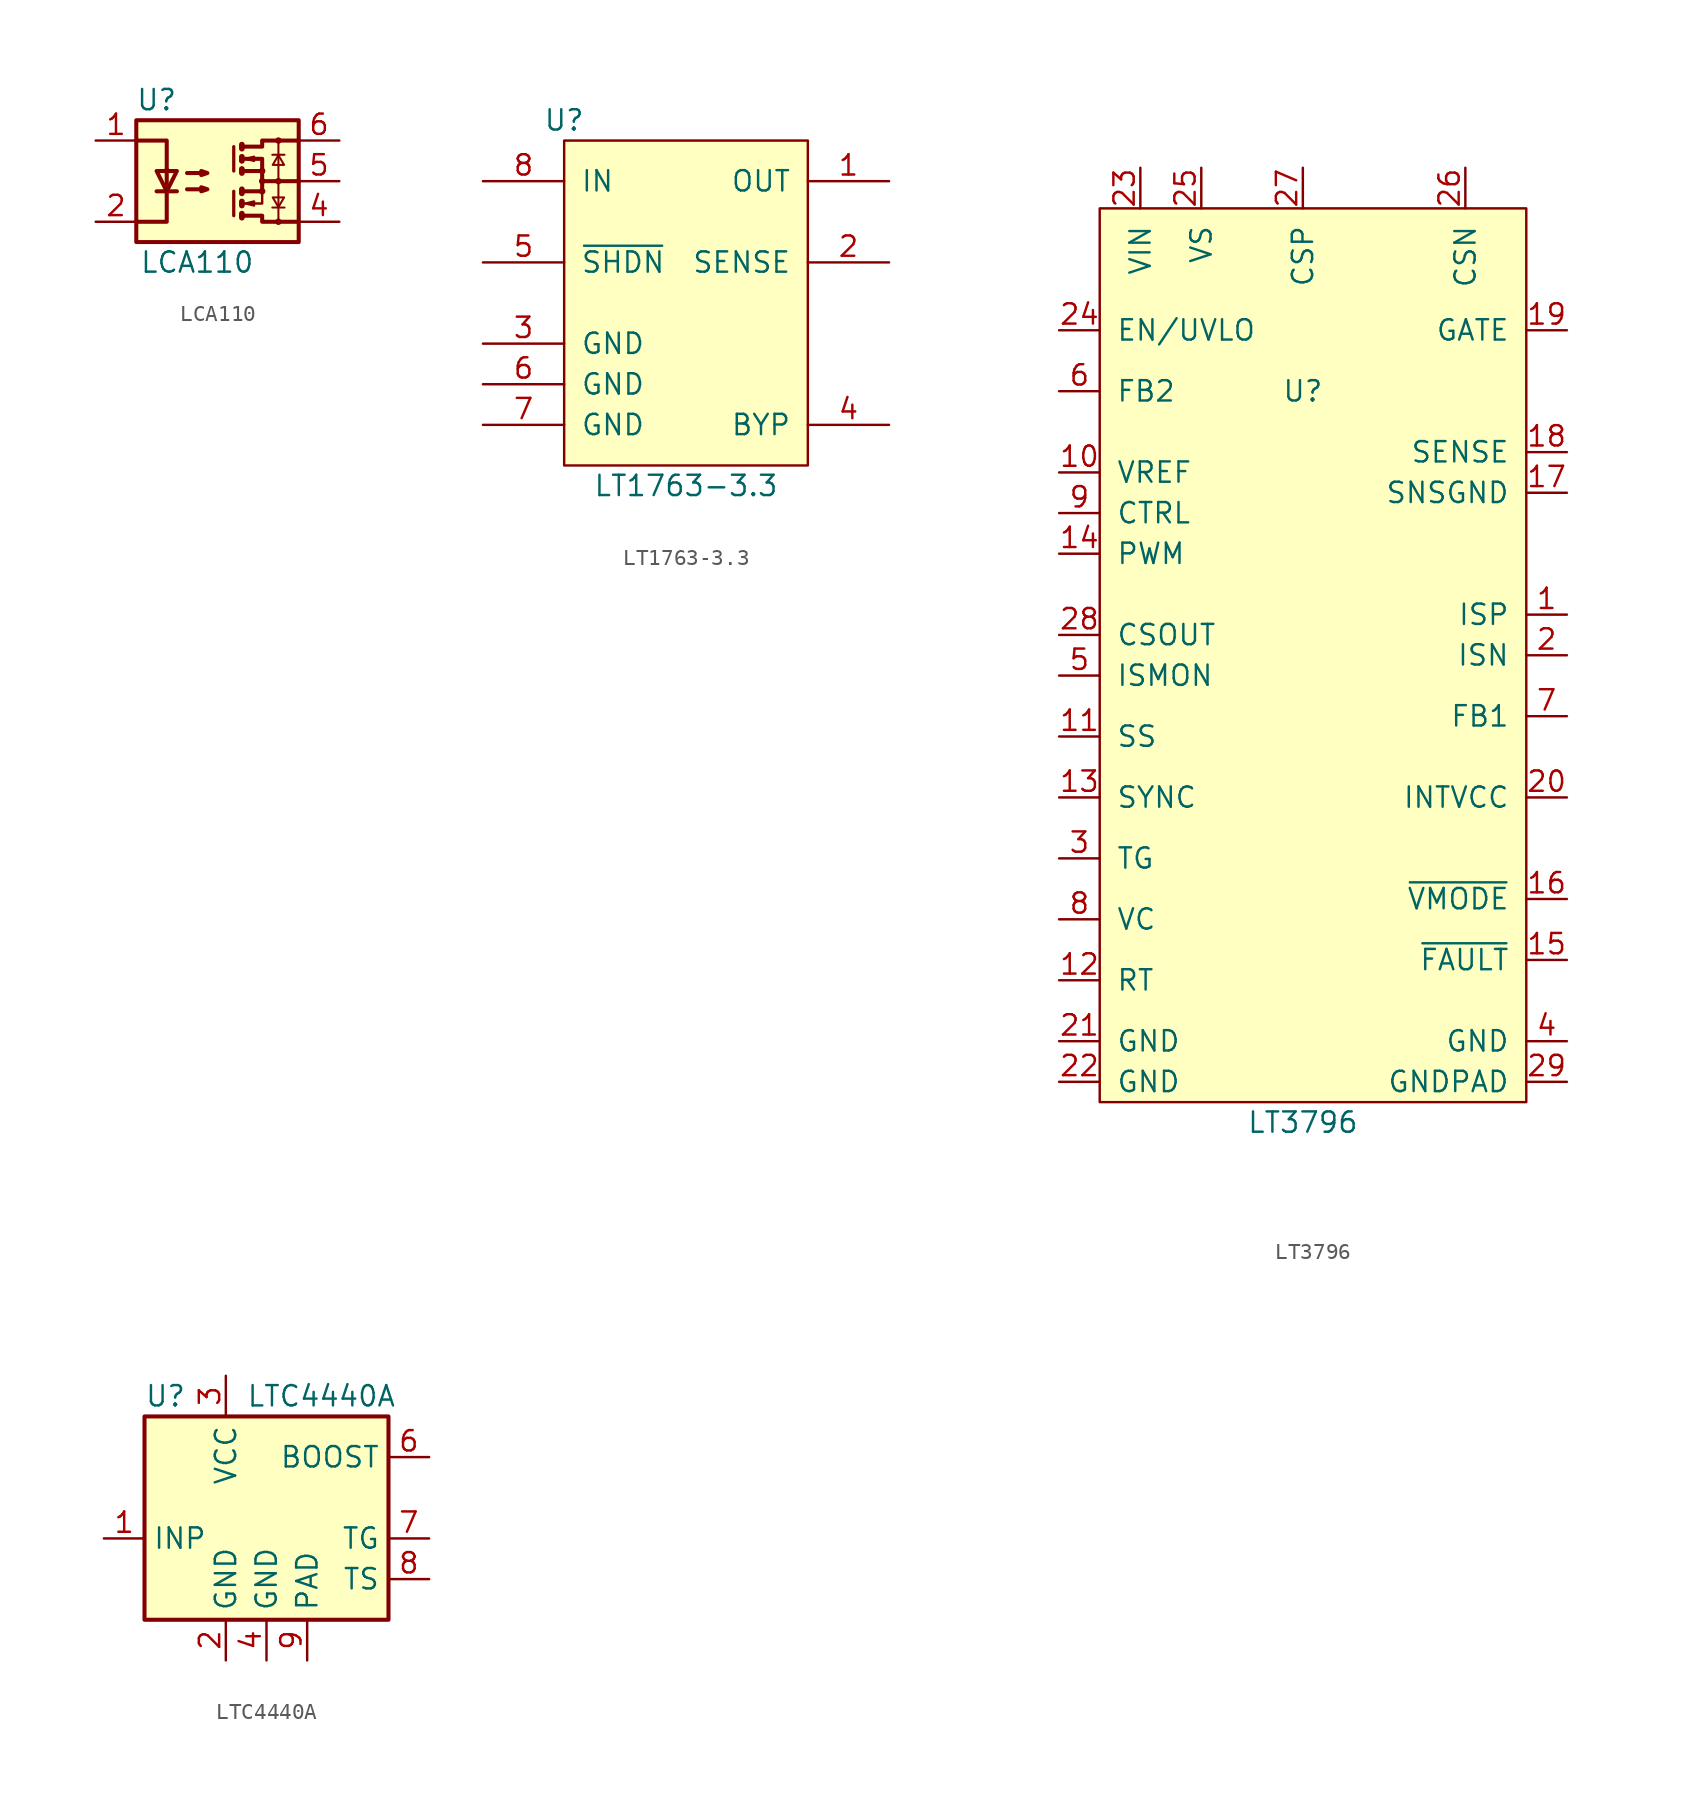
<source format=kicad_sym>
(kicad_symbol_lib
  (version 20211014)
  (generator kicad_symbol_editor)
  (symbol "LCA110"
    (pin_names
      (offset 1.016))
    (property "Reference" "U"
      (at -3.81 5.08 0)
      (effects (font (size 1.27 1.27))))
    (property "Value" "LCA110"
      (at -1.27 -5.08 0)
      (effects (font (size 1.27 1.27))))
    (symbol "LCA110_0_1"
      (rectangle (start -5.08 3.81) (end 5.08 -3.81) (stroke (width 0.254) (type default) (color 0 0 0 0)) (fill (type background)))
      (polyline (pts (xy -3.81 -0.635) (xy -2.54 -0.635)) (stroke (width 0.254) (type default) (color 0 0 0 0)) (fill (type none)))
      (polyline (pts (xy -3.175 -0.635) (xy -3.175 0.762)) (stroke (width 0.254) (type default) (color 0 0 0 0)) (fill (type none)))
      (polyline (pts (xy 1.016 -0.635) (xy 1.016 -2.159)) (stroke (width 0.203) (type default) (color 0 0 0 0)) (fill (type none)))
      (polyline (pts (xy 1.016 2.159) (xy 1.016 0.635)) (stroke (width 0.203) (type default) (color 0 0 0 0)) (fill (type none)))
      (polyline (pts (xy 1.524 -0.508) (xy 1.524 -0.762)) (stroke (width 0.356) (type default) (color 0 0 0 0)) (fill (type none)))
      (polyline (pts (xy 5.105 0) (xy 3.835 0)) (stroke (width 0.254) (type default) (color 0 0 0 0)) (fill (type none)))
      (polyline (pts (xy -5.08 2.54) (xy -3.175 2.54) (xy -3.175 0.635)) (stroke (width 0.254) (type default) (color 0 0 0 0)) (fill (type none)))
      (polyline (pts (xy -3.175 -0.635) (xy -3.175 -2.54) (xy -5.08 -2.54)) (stroke (width 0.254) (type default) (color 0 0 0 0)) (fill (type none)))
      (polyline (pts (xy 1.524 -2.032) (xy 1.524 -2.286) (xy 1.524 -2.286)) (stroke (width 0.356) (type default) (color 0 0 0 0)) (fill (type none)))
      (polyline (pts (xy 1.524 -1.27) (xy 1.524 -1.524) (xy 1.524 -1.524)) (stroke (width 0.356) (type default) (color 0 0 0 0)) (fill (type none)))
      (polyline (pts (xy 1.524 0.762) (xy 1.524 0.508) (xy 1.524 0.508)) (stroke (width 0.356) (type default) (color 0 0 0 0)) (fill (type none)))
      (polyline (pts (xy 1.524 1.524) (xy 1.524 1.27) (xy 1.524 1.27)) (stroke (width 0.356) (type default) (color 0 0 0 0)) (fill (type none)))
      (polyline (pts (xy 1.524 2.286) (xy 1.524 2.032) (xy 1.524 2.032)) (stroke (width 0.356) (type default) (color 0 0 0 0)) (fill (type none)))
      (polyline (pts (xy 1.651 -1.397) (xy 2.794 -1.397) (xy 2.794 -0.635)) (stroke (width 0) (type default) (color 0 0 0 0)) (fill (type none)))
      (polyline (pts (xy 1.651 1.397) (xy 2.794 1.397) (xy 2.794 0.635)) (stroke (width 0.254) (type default) (color 0 0 0 0)) (fill (type none)))
      (polyline (pts (xy -3.175 -0.635) (xy -2.54 0.635) (xy -3.81 0.635) (xy -3.175 -0.635)) (stroke (width 0.254) (type default) (color 0 0 0 0)) (fill (type none)))
      (polyline (pts (xy 1.651 -2.159) (xy 2.794 -2.159) (xy 2.794 -2.54) (xy 5.08 -2.54)) (stroke (width 0.254) (type default) (color 0 0 0 0)) (fill (type none)))
      (polyline (pts (xy 1.651 -0.635) (xy 2.794 -0.635) (xy 2.794 0.635) (xy 1.651 0.635)) (stroke (width 0.254) (type default) (color 0 0 0 0)) (fill (type none)))
      (polyline (pts (xy 1.651 2.159) (xy 2.794 2.159) (xy 2.794 2.54) (xy 5.08 2.54)) (stroke (width 0.254) (type default) (color 0 0 0 0)) (fill (type none)))
      (polyline (pts (xy 1.778 -1.397) (xy 2.286 -1.27) (xy 2.286 -1.524) (xy 1.778 -1.397)) (stroke (width 0) (type default) (color 0 0 0 0)) (fill (type none)))
      (polyline (pts (xy 1.778 1.397) (xy 2.286 1.524) (xy 2.286 1.27) (xy 1.778 1.397)) (stroke (width 0) (type default) (color 0 0 0 0)) (fill (type none)))
      (polyline (pts (xy -1.905 -0.508) (xy -0.635 -0.508) (xy -1.016 -0.635) (xy -1.016 -0.381) (xy -0.635 -0.508)) (stroke (width 0.254) (type default) (color 0 0 0 0)) (fill (type none)))
      (polyline (pts (xy -1.905 0.508) (xy -0.635 0.508) (xy -1.016 0.381) (xy -1.016 0.635) (xy -0.635 0.508)) (stroke (width 0.254) (type default) (color 0 0 0 0)) (fill (type none)))
      (circle (center 2.794 -0.635) (radius 0.127) (stroke (width 0) (type default) (color 0 0 0 0)) (fill (type none)))
      (circle (center 2.794 0) (radius 0.127) (stroke (width 0) (type default) (color 0 0 0 0)) (fill (type none)))
      (circle (center 2.794 0.635) (radius 0.127) (stroke (width 0) (type default) (color 0 0 0 0)) (fill (type none)))
      (circle (center 3.81 -2.54) (radius 0.127) (stroke (width 0) (type default) (color 0 0 0 0)) (fill (type none)))
      (circle (center 3.81 2.54) (radius 0.127) (stroke (width 0) (type default) (color 0 0 0 0)) (fill (type none))))
    (symbol "LCA110_1_1"
      (polyline (pts (xy 2.794 0) (xy 3.81 0)) (stroke (width 0.254) (type default) (color 0 0 0 0)) (fill (type none)))
      (polyline (pts (xy 3.429 -1.651) (xy 4.191 -1.651)) (stroke (width 0.127) (type default) (color 0 0 0 0)) (fill (type none)))
      (polyline (pts (xy 3.429 1.651) (xy 4.191 1.651)) (stroke (width 0.127) (type default) (color 0 0 0 0)) (fill (type none)))
      (polyline (pts (xy 3.81 0) (xy 3.81 -2.54)) (stroke (width 0.127) (type default) (color 0 0 0 0)) (fill (type none)))
      (polyline (pts (xy 3.81 0) (xy 3.81 2.54)) (stroke (width 0.127) (type default) (color 0 0 0 0)) (fill (type none)))
      (polyline (pts (xy 3.81 -1.626) (xy 3.454 -1.016) (xy 4.166 -1.016) (xy 3.81 -1.626)) (stroke (width 0.127) (type default) (color 0 0 0 0)) (fill (type none)))
      (polyline (pts (xy 3.81 1.626) (xy 3.454 1.016) (xy 4.166 1.016) (xy 3.81 1.626)) (stroke (width 0.127) (type default) (color 0 0 0 0)) (fill (type none)))
      (circle (center 3.81 0) (radius 0.127) (stroke (width 0) (type default) (color 0 0 0 0)) (fill (type none)))
      (pin passive line (at -7.62 2.54 0) (length 2.54) (name "~" (effects (font (size 1.27 1.27)))) (number "1" (effects (font (size 1.27 1.27)))))
      (pin passive line (at -7.62 -2.54 0) (length 2.54) (name "~" (effects (font (size 1.27 1.27)))) (number "2" (effects (font (size 1.27 1.27)))))
      (pin no_connect line (at -5.08 0 0) (length 2.54) hide (name "~" (effects (font (size 1.27 1.27)))) (number "3" (effects (font (size 1.27 1.27)))))
      (pin passive line (at 7.62 -2.54 180) (length 2.54) (name "~" (effects (font (size 1.27 1.27)))) (number "4" (effects (font (size 1.27 1.27)))))
      (pin passive line (at 7.62 0 180) (length 2.54) (name "~" (effects (font (size 1.27 1.27)))) (number "5" (effects (font (size 1.27 1.27)))))
      (pin passive line (at 7.62 2.54 180) (length 2.54) (name "~" (effects (font (size 1.27 1.27)))) (number "6" (effects (font (size 1.27 1.27)))))))
  (symbol "LT1763-3.3"
    (pin_names
      (offset 1.016))
    (property "Reference" "U"
      (at 5.08 19.05 0)
      (effects (font (size 1.27 1.27))))
    (property "Value" "LT1763-3.3"
      (at 12.7 -3.81 0)
      (effects (font (size 1.27 1.27))))
    (symbol "LT1763-3.3_0_1"
      (rectangle (start 5.08 17.78) (end 20.32 -2.54) (stroke (width 0) (type default) (color 0 0 0 0)) (fill (type background))))
    (symbol "LT1763-3.3_1_1"
      (pin passive line (at 25.4 15.24 180) (length 5.08) (name "OUT" (effects (font (size 1.27 1.27)))) (number "1" (effects (font (size 1.27 1.27)))))
      (pin passive line (at 25.4 10.16 180) (length 5.08) (name "SENSE" (effects (font (size 1.27 1.27)))) (number "2" (effects (font (size 1.27 1.27)))))
      (pin passive line (at 0 5.08 0) (length 5.08) (name "GND" (effects (font (size 1.27 1.27)))) (number "3" (effects (font (size 1.27 1.27)))))
      (pin passive line (at 25.4 0 180) (length 5.08) (name "BYP" (effects (font (size 1.27 1.27)))) (number "4" (effects (font (size 1.27 1.27)))))
      (pin passive line (at 0 10.16 0) (length 5.08) (name "~{SHDN}" (effects (font (size 1.27 1.27)))) (number "5" (effects (font (size 1.27 1.27)))))
      (pin passive line (at 0 2.54 0) (length 5.08) (name "GND" (effects (font (size 1.27 1.27)))) (number "6" (effects (font (size 1.27 1.27)))))
      (pin passive line (at 0 0 0) (length 5.08) (name "GND" (effects (font (size 1.27 1.27)))) (number "7" (effects (font (size 1.27 1.27)))))
      (pin passive line (at 0 15.24 0) (length 5.08) (name "IN" (effects (font (size 1.27 1.27)))) (number "8" (effects (font (size 1.27 1.27)))))))
  (symbol "LT3796"
    (pin_names
      (offset 1.016))
    (property "Reference" "U"
      (at 15.24 43.18 0)
      (effects (font (size 1.27 1.27))))
    (property "Value" "LT3796"
      (at 15.24 -2.54 0)
      (effects (font (size 1.27 1.27))))
    (symbol "LT3796_0_1"
      (rectangle (start 2.54 54.61) (end 29.21 -1.27) (stroke (width 0) (type default) (color 0 0 0 0)) (fill (type background))))
    (symbol "LT3796_1_1"
      (pin passive line (at 31.75 29.21 180) (length 2.54) (name "ISP" (effects (font (size 1.27 1.27)))) (number "1" (effects (font (size 1.27 1.27)))))
      (pin passive line (at 0 38.1 0) (length 2.54) (name "VREF" (effects (font (size 1.27 1.27)))) (number "10" (effects (font (size 1.27 1.27)))))
      (pin passive line (at 0 21.59 0) (length 2.54) (name "SS" (effects (font (size 1.27 1.27)))) (number "11" (effects (font (size 1.27 1.27)))))
      (pin passive line (at 0 6.35 0) (length 2.54) (name "RT" (effects (font (size 1.27 1.27)))) (number "12" (effects (font (size 1.27 1.27)))))
      (pin passive line (at 0 17.78 0) (length 2.54) (name "SYNC" (effects (font (size 1.27 1.27)))) (number "13" (effects (font (size 1.27 1.27)))))
      (pin passive line (at 0 33.02 0) (length 2.54) (name "PWM" (effects (font (size 1.27 1.27)))) (number "14" (effects (font (size 1.27 1.27)))))
      (pin passive line (at 31.75 7.62 180) (length 2.54) (name "~{FAULT}" (effects (font (size 1.27 1.27)))) (number "15" (effects (font (size 1.27 1.27)))))
      (pin passive line (at 31.75 11.43 180) (length 2.54) (name "~{VMODE}" (effects (font (size 1.27 1.27)))) (number "16" (effects (font (size 1.27 1.27)))))
      (pin passive line (at 31.75 36.83 180) (length 2.54) (name "SNSGND" (effects (font (size 1.27 1.27)))) (number "17" (effects (font (size 1.27 1.27)))))
      (pin passive line (at 31.75 39.37 180) (length 2.54) (name "SENSE" (effects (font (size 1.27 1.27)))) (number "18" (effects (font (size 1.27 1.27)))))
      (pin passive line (at 31.75 46.99 180) (length 2.54) (name "GATE" (effects (font (size 1.27 1.27)))) (number "19" (effects (font (size 1.27 1.27)))))
      (pin passive line (at 31.75 26.67 180) (length 2.54) (name "ISN" (effects (font (size 1.27 1.27)))) (number "2" (effects (font (size 1.27 1.27)))))
      (pin passive line (at 31.75 17.78 180) (length 2.54) (name "INTVCC" (effects (font (size 1.27 1.27)))) (number "20" (effects (font (size 1.27 1.27)))))
      (pin passive line (at 0 2.54 0) (length 2.54) (name "GND" (effects (font (size 1.27 1.27)))) (number "21" (effects (font (size 1.27 1.27)))))
      (pin passive line (at 0 0 0) (length 2.54) (name "GND" (effects (font (size 1.27 1.27)))) (number "22" (effects (font (size 1.27 1.27)))))
      (pin passive line (at 5.08 57.15 270) (length 2.54) (name "VIN" (effects (font (size 1.27 1.27)))) (number "23" (effects (font (size 1.27 1.27)))))
      (pin passive line (at 0 46.99 0) (length 2.54) (name "EN/UVLO" (effects (font (size 1.27 1.27)))) (number "24" (effects (font (size 1.27 1.27)))))
      (pin passive line (at 8.89 57.15 270) (length 2.54) (name "VS" (effects (font (size 1.27 1.27)))) (number "25" (effects (font (size 1.27 1.27)))))
      (pin passive line (at 25.4 57.15 270) (length 2.54) (name "CSN" (effects (font (size 1.27 1.27)))) (number "26" (effects (font (size 1.27 1.27)))))
      (pin passive line (at 15.24 57.15 270) (length 2.54) (name "CSP" (effects (font (size 1.27 1.27)))) (number "27" (effects (font (size 1.27 1.27)))))
      (pin passive line (at 0 27.94 0) (length 2.54) (name "CSOUT" (effects (font (size 1.27 1.27)))) (number "28" (effects (font (size 1.27 1.27)))))
      (pin passive line (at 31.75 0 180) (length 2.54) (name "GNDPAD" (effects (font (size 1.27 1.27)))) (number "29" (effects (font (size 1.27 1.27)))))
      (pin passive line (at 0 13.97 0) (length 2.54) (name "TG" (effects (font (size 1.27 1.27)))) (number "3" (effects (font (size 1.27 1.27)))))
      (pin passive line (at 31.75 2.54 180) (length 2.54) (name "GND" (effects (font (size 1.27 1.27)))) (number "4" (effects (font (size 1.27 1.27)))))
      (pin passive line (at 0 25.4 0) (length 2.54) (name "ISMON" (effects (font (size 1.27 1.27)))) (number "5" (effects (font (size 1.27 1.27)))))
      (pin passive line (at 0 43.18 0) (length 2.54) (name "FB2" (effects (font (size 1.27 1.27)))) (number "6" (effects (font (size 1.27 1.27)))))
      (pin passive line (at 31.75 22.86 180) (length 2.54) (name "FB1" (effects (font (size 1.27 1.27)))) (number "7" (effects (font (size 1.27 1.27)))))
      (pin passive line (at 0 10.16 0) (length 2.54) (name "VC" (effects (font (size 1.27 1.27)))) (number "8" (effects (font (size 1.27 1.27)))))
      (pin passive line (at 0 35.56 0) (length 2.54) (name "CTRL" (effects (font (size 1.27 1.27)))) (number "9" (effects (font (size 1.27 1.27)))))))
  (symbol "LTC4440A"
    (property "Reference" "U"
      (at -7.62 8.89 0)
      (effects (font (size 1.27 1.27)) (justify left)))
    (property "Value" "LTC4440A"
      (at -1.27 8.89 0)
      (effects (font (size 1.27 1.27)) (justify left)))
    (symbol "LTC4440A_0_1"
      (rectangle (start -7.62 7.62) (end 7.62 -5.08) (stroke (width 0.254) (type default) (color 0 0 0 0)) (fill (type background))))
    (symbol "LTC4440A_1_1"
      (pin input line (at -10.16 0 0) (length 2.54) (name "INP" (effects (font (size 1.27 1.27)))) (number "1" (effects (font (size 1.27 1.27)))))
      (pin power_in line (at -2.54 -7.62 90) (length 2.54) (name "GND" (effects (font (size 1.27 1.27)))) (number "2" (effects (font (size 1.27 1.27)))))
      (pin power_in line (at -2.54 10.16 270) (length 2.54) (name "VCC" (effects (font (size 1.27 1.27)))) (number "3" (effects (font (size 1.27 1.27)))))
      (pin power_in line (at 0 -7.62 90) (length 2.54) (name "GND" (effects (font (size 1.27 1.27)))) (number "4" (effects (font (size 1.27 1.27)))))
      (pin no_connect line (at -5.08 -5.08 90) (length 2.54) hide (name "NC" (effects (font (size 1.27 1.27)))) (number "5" (effects (font (size 1.27 1.27)))))
      (pin input line (at 10.16 5.08 180) (length 2.54) (name "BOOST" (effects (font (size 1.27 1.27)))) (number "6" (effects (font (size 1.27 1.27)))))
      (pin output line (at 10.16 0 180) (length 2.54) (name "TG" (effects (font (size 1.27 1.27)))) (number "7" (effects (font (size 1.27 1.27)))))
      (pin input line (at 10.16 -2.54 180) (length 2.54) (name "TS" (effects (font (size 1.27 1.27)))) (number "8" (effects (font (size 1.27 1.27)))))
      (pin power_in line (at 2.54 -7.62 90) (length 2.54) (name "PAD" (effects (font (size 1.27 1.27)))) (number "9" (effects (font (size 1.27 1.27))))))))
</source>
